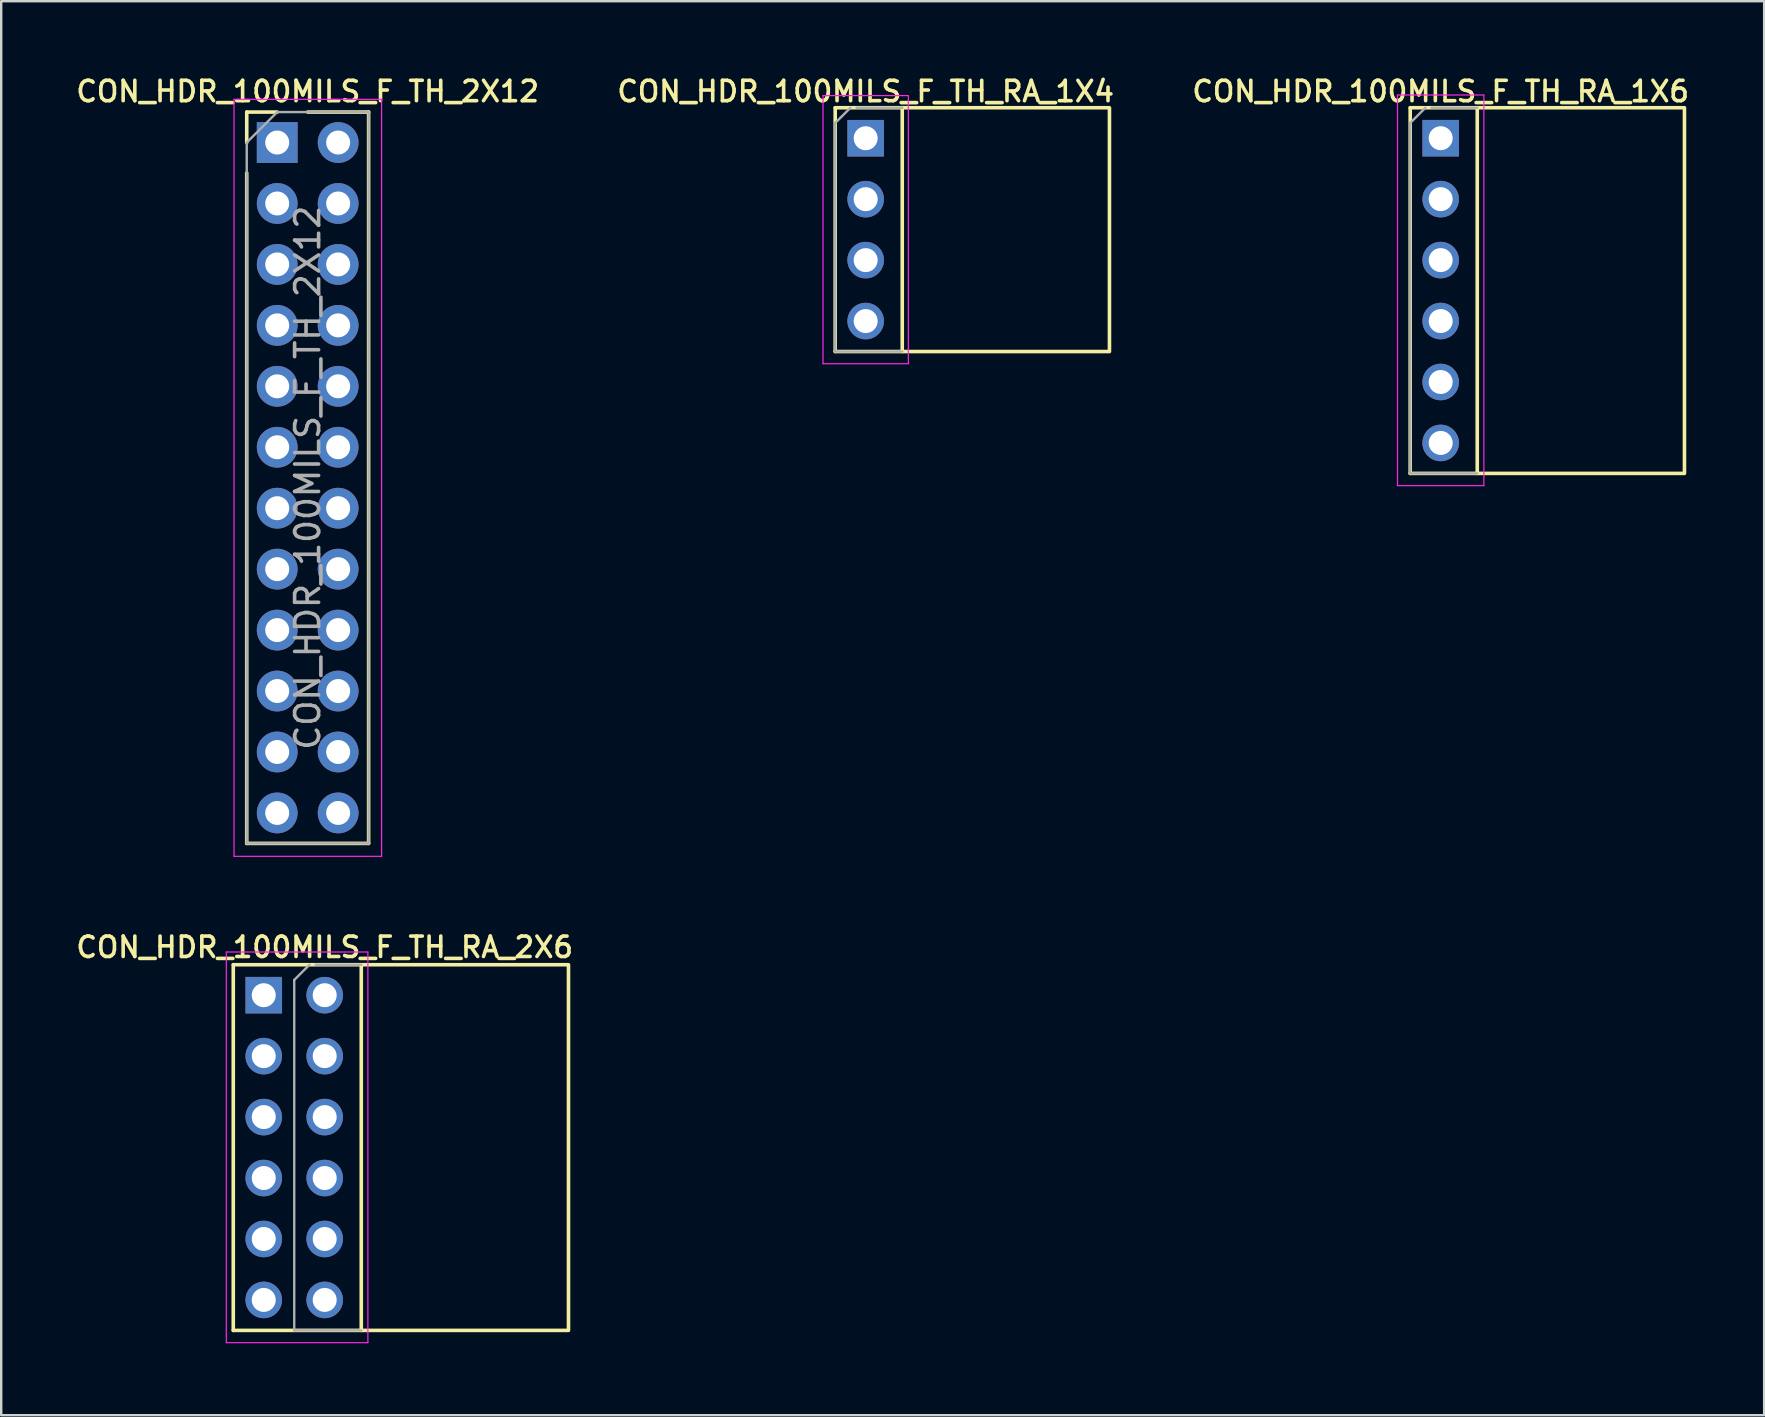
<source format=kicad_pcb>
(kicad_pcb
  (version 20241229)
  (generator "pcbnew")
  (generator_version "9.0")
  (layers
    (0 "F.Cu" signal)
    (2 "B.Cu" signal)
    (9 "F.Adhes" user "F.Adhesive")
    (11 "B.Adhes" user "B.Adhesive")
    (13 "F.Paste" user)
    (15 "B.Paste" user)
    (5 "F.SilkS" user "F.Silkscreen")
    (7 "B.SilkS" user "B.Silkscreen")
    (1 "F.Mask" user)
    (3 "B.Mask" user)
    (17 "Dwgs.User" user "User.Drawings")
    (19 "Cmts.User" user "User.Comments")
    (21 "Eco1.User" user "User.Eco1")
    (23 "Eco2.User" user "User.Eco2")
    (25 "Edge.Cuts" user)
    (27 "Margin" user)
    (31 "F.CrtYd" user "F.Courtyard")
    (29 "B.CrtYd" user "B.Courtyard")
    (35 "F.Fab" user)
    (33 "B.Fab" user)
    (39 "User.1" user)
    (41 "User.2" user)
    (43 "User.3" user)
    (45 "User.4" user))
  (footprint "CON_HDR_100MILS_F_TH_RA_1X6"
    (layer "F.Cu")
    (at 56.992 9.06)
    (property "Reference" "CON_HDR_100MILS_F_TH_RA_1X6" (at 0 -8.3 0) (layer "F.SilkS") (effects (font (size 0.85 0.85) (thickness 0.15))))
    (attr through_hole)
    (fp_line (start -1.27 -7.62) (end -1.27 7.62) (stroke (width 0.15) (type solid)) (layer "F.SilkS"))
    (fp_line (start -1.27 -7.62) (end 1.524 -7.62) (stroke (width 0.15) (type solid)) (layer "F.SilkS"))
    (fp_line (start -1.27 7.62) (end 1.524 7.62) (stroke (width 0.15) (type solid)) (layer "F.SilkS"))
    (fp_rect (start 1.524 7.62) (end 10.16 -7.62) (stroke (width 0.15) (type solid)) (fill no) (layer "F.SilkS"))
    (fp_line (start -1.8 -8.15) (end -1.8 8.13) (stroke (width 0.05) (type solid)) (layer "F.CrtYd"))
    (fp_line (start -1.8 8.13) (end 1.8 8.13) (stroke (width 0.05) (type solid)) (layer "F.CrtYd"))
    (fp_line (start 1.8 -8.15) (end -1.8 -8.15) (stroke (width 0.05) (type solid)) (layer "F.CrtYd"))
    (fp_line (start 1.8 8.13) (end 1.8 -8.15) (stroke (width 0.05) (type solid)) (layer "F.CrtYd"))
    (fp_line (start -1.27 -6.985) (end -0.635 -7.62) (stroke (width 0.1) (type solid)) (layer "F.Fab"))
    (fp_line (start -1.27 7.62) (end -1.27 -6.985) (stroke (width 0.1) (type solid)) (layer "F.Fab"))
    (fp_line (start -0.381 -7.62) (end 1.524 -7.62) (stroke (width 0.1) (type solid)) (layer "F.Fab"))
    (fp_line (start 1.524 7.62) (end -1.27 7.62) (stroke (width 0.1) (type solid)) (layer "F.Fab"))
    (pad "1" thru_hole rect (at 0 -6.35) (size 1.524 1.524) (drill 1) (layers "*.Cu" "*.Mask"))
    (pad "2" thru_hole circle (at 0 -3.81) (size 1.524 1.524) (drill 1) (layers "*.Cu" "*.Mask"))
    (pad "3" thru_hole circle (at 0 -1.27) (size 1.524 1.524) (drill 1) (layers "*.Cu" "*.Mask"))
    (pad "4" thru_hole circle (at 0 1.27) (size 1.524 1.524) (drill 1) (layers "*.Cu" "*.Mask"))
    (pad "5" thru_hole circle (at 0 3.81) (size 1.524 1.524) (drill 1) (layers "*.Cu" "*.Mask"))
    (pad "6" thru_hole circle (at 0 6.35) (size 1.524 1.524) (drill 1) (layers "*.Cu" "*.Mask")))
  (footprint "CON_HDR_100MILS_F_TH_2X12"
    (layer "F.Cu")
    (at 9.773 16.86)
    (property "Reference" "CON_HDR_100MILS_F_TH_2X12" (at 0 -16.1 0) (layer "F.SilkS") (effects (font (size 0.85 0.85) (thickness 0.15))))
    (attr through_hole)
    (fp_line (start -2.54 -15.24) (end -1.27 -15.24) (stroke (width 0.15) (type solid)) (layer "F.SilkS"))
    (fp_line (start -2.54 -13.97) (end -2.54 -15.24) (stroke (width 0.15) (type solid)) (layer "F.SilkS"))
    (fp_line (start -2.54 -12.7) (end -2.54 15.24) (stroke (width 0.15) (type solid)) (layer "F.SilkS"))
    (fp_line (start -2.54 15.24) (end 2.54 15.24) (stroke (width 0.15) (type solid)) (layer "F.SilkS"))
    (fp_line (start 0 -15.24) (end 2.54 -15.24) (stroke (width 0.15) (type solid)) (layer "F.SilkS"))
    (fp_line (start 2.54 -15.24) (end 2.54 15.24) (stroke (width 0.15) (type solid)) (layer "F.SilkS"))
    (fp_line (start -3.07 -15.77) (end -3.07 15.78) (stroke (width 0.05) (type solid)) (layer "F.CrtYd"))
    (fp_line (start -3.07 15.78) (end 3.08 15.78) (stroke (width 0.05) (type solid)) (layer "F.CrtYd"))
    (fp_line (start 3.08 -15.77) (end -3.07 -15.77) (stroke (width 0.05) (type solid)) (layer "F.CrtYd"))
    (fp_line (start 3.08 15.78) (end 3.08 -15.77) (stroke (width 0.05) (type solid)) (layer "F.CrtYd"))
    (fp_line (start -2.54 -13.97) (end -1.27 -15.24) (stroke (width 0.1) (type solid)) (layer "F.Fab"))
    (fp_line (start -2.54 15.24) (end -2.54 -13.97) (stroke (width 0.1) (type solid)) (layer "F.Fab"))
    (fp_line (start -1.27 -15.24) (end 2.54 -15.24) (stroke (width 0.1) (type solid)) (layer "F.Fab"))
    (fp_line (start 2.54 -15.24) (end 2.54 15.24) (stroke (width 0.1) (type solid)) (layer "F.Fab"))
    (fp_line (start 2.54 15.24) (end -2.54 15.24) (stroke (width 0.1) (type solid)) (layer "F.Fab"))
    (fp_text user "${REFERENCE}" (at 0 0 90) (layer "F.Fab") (effects (font (size 1 1) (thickness 0.15))))
    (pad "1" thru_hole rect (at -1.27 -13.97) (size 1.7 1.7) (drill 1) (layers "*.Cu" "*.Mask"))
    (pad "2" thru_hole oval (at 1.27 -13.97) (size 1.7 1.7) (drill 1) (layers "*.Cu" "*.Mask"))
    (pad "3" thru_hole oval (at -1.27 -11.43) (size 1.7 1.7) (drill 1) (layers "*.Cu" "*.Mask"))
    (pad "4" thru_hole oval (at 1.27 -11.43) (size 1.7 1.7) (drill 1) (layers "*.Cu" "*.Mask"))
    (pad "5" thru_hole oval (at -1.27 -8.89) (size 1.7 1.7) (drill 1) (layers "*.Cu" "*.Mask"))
    (pad "6" thru_hole oval (at 1.27 -8.89) (size 1.7 1.7) (drill 1) (layers "*.Cu" "*.Mask"))
    (pad "7" thru_hole oval (at -1.27 -6.35) (size 1.7 1.7) (drill 1) (layers "*.Cu" "*.Mask"))
    (pad "8" thru_hole oval (at 1.27 -6.35) (size 1.7 1.7) (drill 1) (layers "*.Cu" "*.Mask"))
    (pad "9" thru_hole oval (at -1.27 -3.81) (size 1.7 1.7) (drill 1) (layers "*.Cu" "*.Mask"))
    (pad "10" thru_hole oval (at 1.27 -3.81) (size 1.7 1.7) (drill 1) (layers "*.Cu" "*.Mask"))
    (pad "11" thru_hole oval (at -1.27 -1.27) (size 1.7 1.7) (drill 1) (layers "*.Cu" "*.Mask"))
    (pad "12" thru_hole oval (at 1.27 -1.27) (size 1.7 1.7) (drill 1) (layers "*.Cu" "*.Mask"))
    (pad "13" thru_hole oval (at -1.27 1.27) (size 1.7 1.7) (drill 1) (layers "*.Cu" "*.Mask"))
    (pad "14" thru_hole oval (at 1.27 1.27) (size 1.7 1.7) (drill 1) (layers "*.Cu" "*.Mask"))
    (pad "15" thru_hole oval (at -1.27 3.81) (size 1.7 1.7) (drill 1) (layers "*.Cu" "*.Mask"))
    (pad "16" thru_hole oval (at 1.27 3.81) (size 1.7 1.7) (drill 1) (layers "*.Cu" "*.Mask"))
    (pad "17" thru_hole oval (at -1.27 6.35) (size 1.7 1.7) (drill 1) (layers "*.Cu" "*.Mask"))
    (pad "18" thru_hole oval (at 1.27 6.35) (size 1.7 1.7) (drill 1) (layers "*.Cu" "*.Mask"))
    (pad "19" thru_hole oval (at -1.27 8.89) (size 1.7 1.7) (drill 1) (layers "*.Cu" "*.Mask"))
    (pad "20" thru_hole oval (at 1.27 8.89) (size 1.7 1.7) (drill 1) (layers "*.Cu" "*.Mask"))
    (pad "21" thru_hole oval (at -1.27 11.43) (size 1.7 1.7) (drill 1) (layers "*.Cu" "*.Mask"))
    (pad "22" thru_hole oval (at 1.27 11.43) (size 1.7 1.7) (drill 1) (layers "*.Cu" "*.Mask"))
    (pad "23" thru_hole oval (at -1.27 13.97) (size 1.7 1.7) (drill 1) (layers "*.Cu" "*.Mask"))
    (pad "24" thru_hole oval (at 1.27 13.97) (size 1.7 1.7) (drill 1) (layers "*.Cu" "*.Mask")))
  (footprint "CON_HDR_100MILS_F_TH_RA_1X4"
    (layer "F.Cu")
    (at 33.028 6.521)
    (property "Reference" "CON_HDR_100MILS_F_TH_RA_1X4" (at 0 -5.76 0) (layer "F.SilkS") (effects (font (size 0.85 0.85) (thickness 0.15))))
    (attr through_hole)
    (fp_line (start -1.27 -5.08) (end -1.27 5.08) (stroke (width 0.15) (type solid)) (layer "F.SilkS"))
    (fp_line (start -1.27 -5.08) (end 1.524 -5.08) (stroke (width 0.15) (type solid)) (layer "F.SilkS"))
    (fp_line (start -1.27 5.08) (end 1.524 5.08) (stroke (width 0.15) (type solid)) (layer "F.SilkS"))
    (fp_rect (start 1.524 5.08) (end 10.16 -5.08) (stroke (width 0.15) (type solid)) (fill no) (layer "F.SilkS"))
    (fp_line (start -1.778 -5.588) (end -1.778 5.588) (stroke (width 0.05) (type solid)) (layer "F.CrtYd"))
    (fp_line (start -1.778 5.588) (end 1.778 5.588) (stroke (width 0.05) (type solid)) (layer "F.CrtYd"))
    (fp_line (start 1.778 -5.588) (end -1.778 -5.588) (stroke (width 0.05) (type solid)) (layer "F.CrtYd"))
    (fp_line (start 1.778 5.588) (end 1.778 -5.588) (stroke (width 0.05) (type solid)) (layer "F.CrtYd"))
    (fp_line (start -1.27 -4.445) (end -0.635 -5.08) (stroke (width 0.1) (type solid)) (layer "F.Fab"))
    (fp_line (start -1.27 5.08) (end -1.27 -4.445) (stroke (width 0.1) (type solid)) (layer "F.Fab"))
    (fp_line (start -0.381 -5.08) (end 1.524 -5.08) (stroke (width 0.1) (type solid)) (layer "F.Fab"))
    (fp_line (start 1.524 5.08) (end -1.27 5.08) (stroke (width 0.1) (type solid)) (layer "F.Fab"))
    (pad "1" thru_hole rect (at 0 -3.81) (size 1.524 1.524) (drill 1) (layers "*.Cu" "*.Mask"))
    (pad "2" thru_hole circle (at 0 -1.27) (size 1.524 1.524) (drill 1) (layers "*.Cu" "*.Mask"))
    (pad "3" thru_hole circle (at 0 1.27) (size 1.524 1.524) (drill 1) (layers "*.Cu" "*.Mask"))
    (pad "4" thru_hole circle (at 0 3.81) (size 1.524 1.524) (drill 1) (layers "*.Cu" "*.Mask")))
  (footprint "CON_HDR_100MILS_F_TH_RA_2X6"
    (layer "F.Cu")
    (at 10.482 44.776)
    (property "Reference" "CON_HDR_100MILS_F_TH_RA_2X6" (at 0 -8.35 0) (layer "F.SilkS") (effects (font (size 0.85 0.85) (thickness 0.15))))
    (attr through_hole)
    (fp_line (start -3.81 -7.62) (end -3.81 7.62) (stroke (width 0.15) (type solid)) (layer "F.SilkS"))
    (fp_line (start -3.81 -7.62) (end 1.524 -7.62) (stroke (width 0.15) (type solid)) (layer "F.SilkS"))
    (fp_line (start -3.81 7.62) (end 1.524 7.62) (stroke (width 0.15) (type solid)) (layer "F.SilkS"))
    (fp_rect (start 1.524 7.62) (end 10.16 -7.62) (stroke (width 0.15) (type solid)) (fill no) (layer "F.SilkS"))
    (fp_line (start -4.1 -8.15) (end -4.1 8.13) (stroke (width 0.05) (type solid)) (layer "F.CrtYd"))
    (fp_line (start -4.1 8.13) (end 1.8 8.13) (stroke (width 0.05) (type solid)) (layer "F.CrtYd"))
    (fp_line (start 1.8 -8.15) (end -4.1 -8.15) (stroke (width 0.05) (type solid)) (layer "F.CrtYd"))
    (fp_line (start 1.8 8.13) (end 1.8 -8.15) (stroke (width 0.05) (type solid)) (layer "F.CrtYd"))
    (fp_line (start -1.27 -6.985) (end -0.635 -7.62) (stroke (width 0.1) (type solid)) (layer "F.Fab"))
    (fp_line (start -1.27 7.62) (end -1.27 -6.985) (stroke (width 0.1) (type solid)) (layer "F.Fab"))
    (fp_line (start -0.381 -7.62) (end 1.524 -7.62) (stroke (width 0.1) (type solid)) (layer "F.Fab"))
    (fp_line (start 1.524 7.62) (end -1.27 7.62) (stroke (width 0.1) (type solid)) (layer "F.Fab"))
    (pad "1" thru_hole rect (at -2.54 -6.35) (size 1.524 1.524) (drill 1) (layers "*.Cu" "*.Mask"))
    (pad "2" thru_hole circle (at -2.54 -3.81) (size 1.524 1.524) (drill 1) (layers "*.Cu" "*.Mask"))
    (pad "3" thru_hole circle (at -2.54 -1.27) (size 1.524 1.524) (drill 1) (layers "*.Cu" "*.Mask"))
    (pad "4" thru_hole circle (at -2.54 1.27) (size 1.524 1.524) (drill 1) (layers "*.Cu" "*.Mask"))
    (pad "5" thru_hole circle (at -2.54 3.81) (size 1.524 1.524) (drill 1) (layers "*.Cu" "*.Mask"))
    (pad "6" thru_hole circle (at -2.54 6.35) (size 1.524 1.524) (drill 1) (layers "*.Cu" "*.Mask"))
    (pad "7" thru_hole circle (at 0 -6.35) (size 1.524 1.524) (drill 1) (layers "*.Cu" "*.Mask"))
    (pad "8" thru_hole circle (at 0 -3.81) (size 1.524 1.524) (drill 1) (layers "*.Cu" "*.Mask"))
    (pad "9" thru_hole circle (at 0 -1.27) (size 1.524 1.524) (drill 1) (layers "*.Cu" "*.Mask"))
    (pad "10" thru_hole circle (at 0 1.27) (size 1.524 1.524) (drill 1) (layers "*.Cu" "*.Mask"))
    (pad "11" thru_hole circle (at 0 3.81) (size 1.524 1.524) (drill 1) (layers "*.Cu" "*.Mask"))
    (pad "12" thru_hole circle (at 0 6.35) (size 1.524 1.524) (drill 1) (layers "*.Cu" "*.Mask")))
  (gr_rect
    (start -3 -3)
    (end 70.473 55.931)
    (stroke (width 0.1) (type default))
    (fill no)
    (layer "Edge.Cuts")))
</source>
